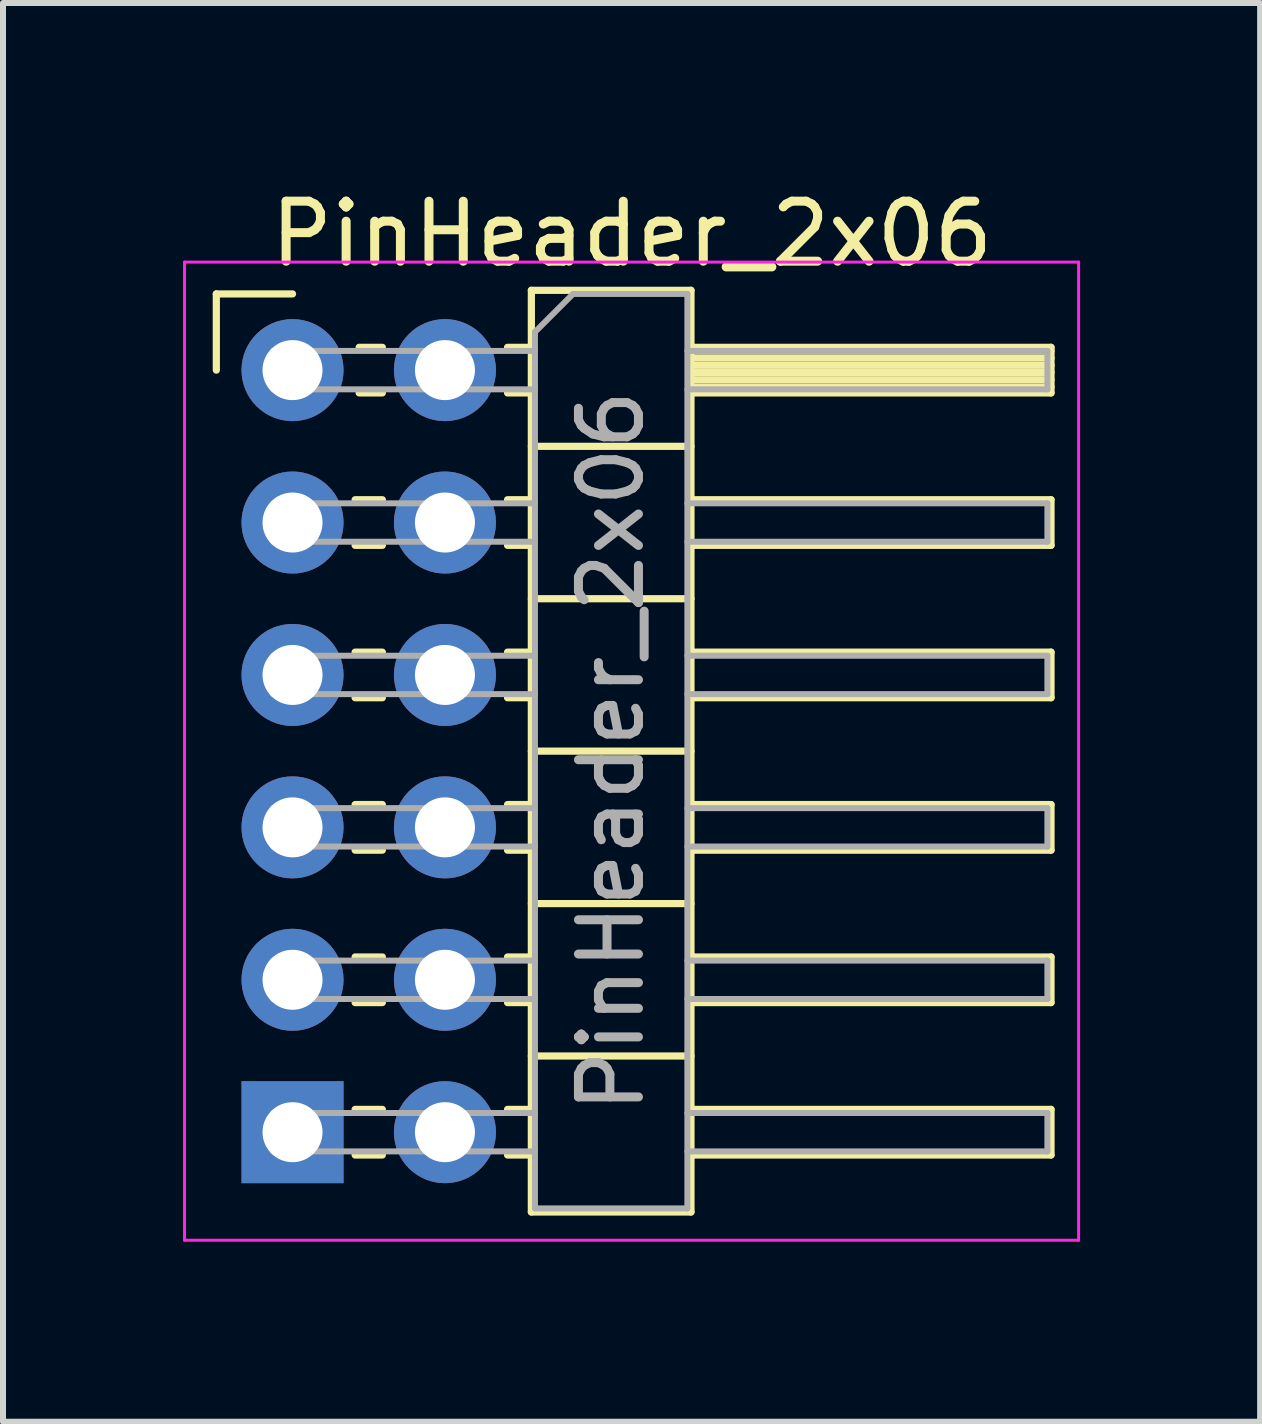
<source format=kicad_pcb>
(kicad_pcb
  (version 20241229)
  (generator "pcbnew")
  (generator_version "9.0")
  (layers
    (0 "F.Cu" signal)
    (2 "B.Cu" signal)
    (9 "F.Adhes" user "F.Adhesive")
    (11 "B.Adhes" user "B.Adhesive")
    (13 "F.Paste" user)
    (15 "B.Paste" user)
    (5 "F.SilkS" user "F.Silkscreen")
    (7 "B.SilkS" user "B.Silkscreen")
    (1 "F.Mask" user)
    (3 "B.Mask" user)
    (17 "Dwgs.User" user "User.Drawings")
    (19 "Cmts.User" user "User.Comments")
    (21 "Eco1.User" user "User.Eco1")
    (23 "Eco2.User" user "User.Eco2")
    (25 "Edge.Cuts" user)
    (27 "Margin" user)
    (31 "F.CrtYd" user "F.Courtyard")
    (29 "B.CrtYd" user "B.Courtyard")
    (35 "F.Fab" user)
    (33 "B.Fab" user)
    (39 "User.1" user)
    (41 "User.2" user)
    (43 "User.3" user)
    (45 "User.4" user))
  (footprint "PinHeader_2x06"
    (layer "F.Cu")
    (at 1.825 3.118)
    (property "Reference" "PinHeader_2x06" (at 5.655 -2.27 0) (layer "F.SilkS") (effects (font (size 1 1) (thickness 0.15))))
    (attr through_hole)
    (fp_line (start -1.27 -1.27) (end 0 -1.27) (stroke (width 0.12) (type solid)) (layer "F.SilkS"))
    (fp_line (start -1.27 0) (end -1.27 -1.27) (stroke (width 0.12) (type solid)) (layer "F.SilkS"))
    (fp_line (start 1.043 2.16) (end 1.497 2.16) (stroke (width 0.12) (type solid)) (layer "F.SilkS"))
    (fp_line (start 1.043 2.92) (end 1.497 2.92) (stroke (width 0.12) (type solid)) (layer "F.SilkS"))
    (fp_line (start 1.043 4.7) (end 1.497 4.7) (stroke (width 0.12) (type solid)) (layer "F.SilkS"))
    (fp_line (start 1.043 5.46) (end 1.497 5.46) (stroke (width 0.12) (type solid)) (layer "F.SilkS"))
    (fp_line (start 1.043 7.24) (end 1.497 7.24) (stroke (width 0.12) (type solid)) (layer "F.SilkS"))
    (fp_line (start 1.043 8) (end 1.497 8) (stroke (width 0.12) (type solid)) (layer "F.SilkS"))
    (fp_line (start 1.043 9.78) (end 1.497 9.78) (stroke (width 0.12) (type solid)) (layer "F.SilkS"))
    (fp_line (start 1.043 10.54) (end 1.497 10.54) (stroke (width 0.12) (type solid)) (layer "F.SilkS"))
    (fp_line (start 1.043 12.32) (end 1.497 12.32) (stroke (width 0.12) (type solid)) (layer "F.SilkS"))
    (fp_line (start 1.043 13.08) (end 1.497 13.08) (stroke (width 0.12) (type solid)) (layer "F.SilkS"))
    (fp_line (start 1.11 -0.38) (end 1.497 -0.38) (stroke (width 0.12) (type solid)) (layer "F.SilkS"))
    (fp_line (start 1.11 0.38) (end 1.497 0.38) (stroke (width 0.12) (type solid)) (layer "F.SilkS"))
    (fp_line (start 3.583 -0.38) (end 3.98 -0.38) (stroke (width 0.12) (type solid)) (layer "F.SilkS"))
    (fp_line (start 3.583 0.38) (end 3.98 0.38) (stroke (width 0.12) (type solid)) (layer "F.SilkS"))
    (fp_line (start 3.583 2.16) (end 3.98 2.16) (stroke (width 0.12) (type solid)) (layer "F.SilkS"))
    (fp_line (start 3.583 2.92) (end 3.98 2.92) (stroke (width 0.12) (type solid)) (layer "F.SilkS"))
    (fp_line (start 3.583 4.7) (end 3.98 4.7) (stroke (width 0.12) (type solid)) (layer "F.SilkS"))
    (fp_line (start 3.583 5.46) (end 3.98 5.46) (stroke (width 0.12) (type solid)) (layer "F.SilkS"))
    (fp_line (start 3.583 7.24) (end 3.98 7.24) (stroke (width 0.12) (type solid)) (layer "F.SilkS"))
    (fp_line (start 3.583 8) (end 3.98 8) (stroke (width 0.12) (type solid)) (layer "F.SilkS"))
    (fp_line (start 3.583 9.78) (end 3.98 9.78) (stroke (width 0.12) (type solid)) (layer "F.SilkS"))
    (fp_line (start 3.583 10.54) (end 3.98 10.54) (stroke (width 0.12) (type solid)) (layer "F.SilkS"))
    (fp_line (start 3.583 12.32) (end 3.98 12.32) (stroke (width 0.12) (type solid)) (layer "F.SilkS"))
    (fp_line (start 3.583 13.08) (end 3.98 13.08) (stroke (width 0.12) (type solid)) (layer "F.SilkS"))
    (fp_line (start 3.98 -1.33) (end 3.98 14.03) (stroke (width 0.12) (type solid)) (layer "F.SilkS"))
    (fp_line (start 3.98 1.27) (end 6.64 1.27) (stroke (width 0.12) (type solid)) (layer "F.SilkS"))
    (fp_line (start 3.98 3.81) (end 6.64 3.81) (stroke (width 0.12) (type solid)) (layer "F.SilkS"))
    (fp_line (start 3.98 6.35) (end 6.64 6.35) (stroke (width 0.12) (type solid)) (layer "F.SilkS"))
    (fp_line (start 3.98 8.89) (end 6.64 8.89) (stroke (width 0.12) (type solid)) (layer "F.SilkS"))
    (fp_line (start 3.98 11.43) (end 6.64 11.43) (stroke (width 0.12) (type solid)) (layer "F.SilkS"))
    (fp_line (start 3.98 14.03) (end 6.64 14.03) (stroke (width 0.12) (type solid)) (layer "F.SilkS"))
    (fp_line (start 6.64 -1.33) (end 3.98 -1.33) (stroke (width 0.12) (type solid)) (layer "F.SilkS"))
    (fp_line (start 6.64 -0.38) (end 12.64 -0.38) (stroke (width 0.12) (type solid)) (layer "F.SilkS"))
    (fp_line (start 6.64 -0.32) (end 12.64 -0.32) (stroke (width 0.12) (type solid)) (layer "F.SilkS"))
    (fp_line (start 6.64 -0.2) (end 12.64 -0.2) (stroke (width 0.12) (type solid)) (layer "F.SilkS"))
    (fp_line (start 6.64 -0.08) (end 12.64 -0.08) (stroke (width 0.12) (type solid)) (layer "F.SilkS"))
    (fp_line (start 6.64 0.04) (end 12.64 0.04) (stroke (width 0.12) (type solid)) (layer "F.SilkS"))
    (fp_line (start 6.64 0.16) (end 12.64 0.16) (stroke (width 0.12) (type solid)) (layer "F.SilkS"))
    (fp_line (start 6.64 0.28) (end 12.64 0.28) (stroke (width 0.12) (type solid)) (layer "F.SilkS"))
    (fp_line (start 6.64 2.16) (end 12.64 2.16) (stroke (width 0.12) (type solid)) (layer "F.SilkS"))
    (fp_line (start 6.64 4.7) (end 12.64 4.7) (stroke (width 0.12) (type solid)) (layer "F.SilkS"))
    (fp_line (start 6.64 7.24) (end 12.64 7.24) (stroke (width 0.12) (type solid)) (layer "F.SilkS"))
    (fp_line (start 6.64 9.78) (end 12.64 9.78) (stroke (width 0.12) (type solid)) (layer "F.SilkS"))
    (fp_line (start 6.64 12.32) (end 12.64 12.32) (stroke (width 0.12) (type solid)) (layer "F.SilkS"))
    (fp_line (start 6.64 14.03) (end 6.64 -1.33) (stroke (width 0.12) (type solid)) (layer "F.SilkS"))
    (fp_line (start 12.64 -0.38) (end 12.64 0.38) (stroke (width 0.12) (type solid)) (layer "F.SilkS"))
    (fp_line (start 12.64 0.38) (end 6.64 0.38) (stroke (width 0.12) (type solid)) (layer "F.SilkS"))
    (fp_line (start 12.64 2.16) (end 12.64 2.92) (stroke (width 0.12) (type solid)) (layer "F.SilkS"))
    (fp_line (start 12.64 2.92) (end 6.64 2.92) (stroke (width 0.12) (type solid)) (layer "F.SilkS"))
    (fp_line (start 12.64 4.7) (end 12.64 5.46) (stroke (width 0.12) (type solid)) (layer "F.SilkS"))
    (fp_line (start 12.64 5.46) (end 6.64 5.46) (stroke (width 0.12) (type solid)) (layer "F.SilkS"))
    (fp_line (start 12.64 7.24) (end 12.64 8) (stroke (width 0.12) (type solid)) (layer "F.SilkS"))
    (fp_line (start 12.64 8) (end 6.64 8) (stroke (width 0.12) (type solid)) (layer "F.SilkS"))
    (fp_line (start 12.64 9.78) (end 12.64 10.54) (stroke (width 0.12) (type solid)) (layer "F.SilkS"))
    (fp_line (start 12.64 10.54) (end 6.64 10.54) (stroke (width 0.12) (type solid)) (layer "F.SilkS"))
    (fp_line (start 12.64 12.32) (end 12.64 13.08) (stroke (width 0.12) (type solid)) (layer "F.SilkS"))
    (fp_line (start 12.64 13.08) (end 6.64 13.08) (stroke (width 0.12) (type solid)) (layer "F.SilkS"))
    (fp_line (start -1.8 -1.8) (end -1.8 14.5) (stroke (width 0.05) (type solid)) (layer "F.CrtYd"))
    (fp_line (start -1.8 14.5) (end 13.1 14.5) (stroke (width 0.05) (type solid)) (layer "F.CrtYd"))
    (fp_line (start 13.1 -1.8) (end -1.8 -1.8) (stroke (width 0.05) (type solid)) (layer "F.CrtYd"))
    (fp_line (start 13.1 14.5) (end 13.1 -1.8) (stroke (width 0.05) (type solid)) (layer "F.CrtYd"))
    (fp_line (start -0.32 -0.32) (end -0.32 0.32) (stroke (width 0.1) (type solid)) (layer "F.Fab"))
    (fp_line (start -0.32 -0.32) (end 4.04 -0.32) (stroke (width 0.1) (type solid)) (layer "F.Fab"))
    (fp_line (start -0.32 0.32) (end 4.04 0.32) (stroke (width 0.1) (type solid)) (layer "F.Fab"))
    (fp_line (start -0.32 2.22) (end -0.32 2.86) (stroke (width 0.1) (type solid)) (layer "F.Fab"))
    (fp_line (start -0.32 2.22) (end 4.04 2.22) (stroke (width 0.1) (type solid)) (layer "F.Fab"))
    (fp_line (start -0.32 2.86) (end 4.04 2.86) (stroke (width 0.1) (type solid)) (layer "F.Fab"))
    (fp_line (start -0.32 4.76) (end -0.32 5.4) (stroke (width 0.1) (type solid)) (layer "F.Fab"))
    (fp_line (start -0.32 4.76) (end 4.04 4.76) (stroke (width 0.1) (type solid)) (layer "F.Fab"))
    (fp_line (start -0.32 5.4) (end 4.04 5.4) (stroke (width 0.1) (type solid)) (layer "F.Fab"))
    (fp_line (start -0.32 7.3) (end -0.32 7.94) (stroke (width 0.1) (type solid)) (layer "F.Fab"))
    (fp_line (start -0.32 7.3) (end 4.04 7.3) (stroke (width 0.1) (type solid)) (layer "F.Fab"))
    (fp_line (start -0.32 7.94) (end 4.04 7.94) (stroke (width 0.1) (type solid)) (layer "F.Fab"))
    (fp_line (start -0.32 9.84) (end -0.32 10.48) (stroke (width 0.1) (type solid)) (layer "F.Fab"))
    (fp_line (start -0.32 9.84) (end 4.04 9.84) (stroke (width 0.1) (type solid)) (layer "F.Fab"))
    (fp_line (start -0.32 10.48) (end 4.04 10.48) (stroke (width 0.1) (type solid)) (layer "F.Fab"))
    (fp_line (start -0.32 12.38) (end -0.32 13.02) (stroke (width 0.1) (type solid)) (layer "F.Fab"))
    (fp_line (start -0.32 12.38) (end 4.04 12.38) (stroke (width 0.1) (type solid)) (layer "F.Fab"))
    (fp_line (start -0.32 13.02) (end 4.04 13.02) (stroke (width 0.1) (type solid)) (layer "F.Fab"))
    (fp_line (start 4.04 -0.635) (end 4.675 -1.27) (stroke (width 0.1) (type solid)) (layer "F.Fab"))
    (fp_line (start 4.04 13.97) (end 4.04 -0.635) (stroke (width 0.1) (type solid)) (layer "F.Fab"))
    (fp_line (start 4.675 -1.27) (end 6.58 -1.27) (stroke (width 0.1) (type solid)) (layer "F.Fab"))
    (fp_line (start 6.58 -1.27) (end 6.58 13.97) (stroke (width 0.1) (type solid)) (layer "F.Fab"))
    (fp_line (start 6.58 -0.32) (end 12.58 -0.32) (stroke (width 0.1) (type solid)) (layer "F.Fab"))
    (fp_line (start 6.58 0.32) (end 12.58 0.32) (stroke (width 0.1) (type solid)) (layer "F.Fab"))
    (fp_line (start 6.58 2.22) (end 12.58 2.22) (stroke (width 0.1) (type solid)) (layer "F.Fab"))
    (fp_line (start 6.58 2.86) (end 12.58 2.86) (stroke (width 0.1) (type solid)) (layer "F.Fab"))
    (fp_line (start 6.58 4.76) (end 12.58 4.76) (stroke (width 0.1) (type solid)) (layer "F.Fab"))
    (fp_line (start 6.58 5.4) (end 12.58 5.4) (stroke (width 0.1) (type solid)) (layer "F.Fab"))
    (fp_line (start 6.58 7.3) (end 12.58 7.3) (stroke (width 0.1) (type solid)) (layer "F.Fab"))
    (fp_line (start 6.58 7.94) (end 12.58 7.94) (stroke (width 0.1) (type solid)) (layer "F.Fab"))
    (fp_line (start 6.58 9.84) (end 12.58 9.84) (stroke (width 0.1) (type solid)) (layer "F.Fab"))
    (fp_line (start 6.58 10.48) (end 12.58 10.48) (stroke (width 0.1) (type solid)) (layer "F.Fab"))
    (fp_line (start 6.58 12.38) (end 12.58 12.38) (stroke (width 0.1) (type solid)) (layer "F.Fab"))
    (fp_line (start 6.58 13.02) (end 12.58 13.02) (stroke (width 0.1) (type solid)) (layer "F.Fab"))
    (fp_line (start 6.58 13.97) (end 4.04 13.97) (stroke (width 0.1) (type solid)) (layer "F.Fab"))
    (fp_line (start 12.58 -0.32) (end 12.58 0.32) (stroke (width 0.1) (type solid)) (layer "F.Fab"))
    (fp_line (start 12.58 2.22) (end 12.58 2.86) (stroke (width 0.1) (type solid)) (layer "F.Fab"))
    (fp_line (start 12.58 4.76) (end 12.58 5.4) (stroke (width 0.1) (type solid)) (layer "F.Fab"))
    (fp_line (start 12.58 7.3) (end 12.58 7.94) (stroke (width 0.1) (type solid)) (layer "F.Fab"))
    (fp_line (start 12.58 9.84) (end 12.58 10.48) (stroke (width 0.1) (type solid)) (layer "F.Fab"))
    (fp_line (start 12.58 12.38) (end 12.58 13.02) (stroke (width 0.1) (type solid)) (layer "F.Fab"))
    (fp_text user "${REFERENCE}" (at 5.31 6.35 90) (layer "F.Fab") (effects (font (size 1 1) (thickness 0.15))))
    (pad "1" thru_hole rect (at 0 12.7) (size 1.7 1.7) (drill 1) (layers "*.Cu" "*.Mask"))
    (pad "2" thru_hole oval (at 0 10.16) (size 1.7 1.7) (drill 1) (layers "*.Cu" "*.Mask"))
    (pad "3" thru_hole oval (at 0 7.62) (size 1.7 1.7) (drill 1) (layers "*.Cu" "*.Mask"))
    (pad "4" thru_hole oval (at 0 5.08) (size 1.7 1.7) (drill 1) (layers "*.Cu" "*.Mask"))
    (pad "5" thru_hole oval (at 0 2.54) (size 1.7 1.7) (drill 1) (layers "*.Cu" "*.Mask"))
    (pad "6" thru_hole circle (at 0 0) (size 1.7 1.7) (drill 1) (layers "*.Cu" "*.Mask"))
    (pad "7" thru_hole oval (at 2.54 12.7) (size 1.7 1.7) (drill 1) (layers "*.Cu" "*.Mask"))
    (pad "8" thru_hole oval (at 2.54 10.16) (size 1.7 1.7) (drill 1) (layers "*.Cu" "*.Mask"))
    (pad "9" thru_hole oval (at 2.54 7.62) (size 1.7 1.7) (drill 1) (layers "*.Cu" "*.Mask"))
    (pad "10" thru_hole oval (at 2.54 5.08) (size 1.7 1.7) (drill 1) (layers "*.Cu" "*.Mask"))
    (pad "11" thru_hole oval (at 2.54 2.54) (size 1.7 1.7) (drill 1) (layers "*.Cu" "*.Mask"))
    (pad "12" thru_hole oval (at 2.54 0) (size 1.7 1.7) (drill 1) (layers "*.Cu" "*.Mask")))
  (gr_rect
    (start -3 -3)
    (end 17.95 20.643)
    (stroke (width 0.1) (type default))
    (fill no)
    (layer "Edge.Cuts")))
</source>
